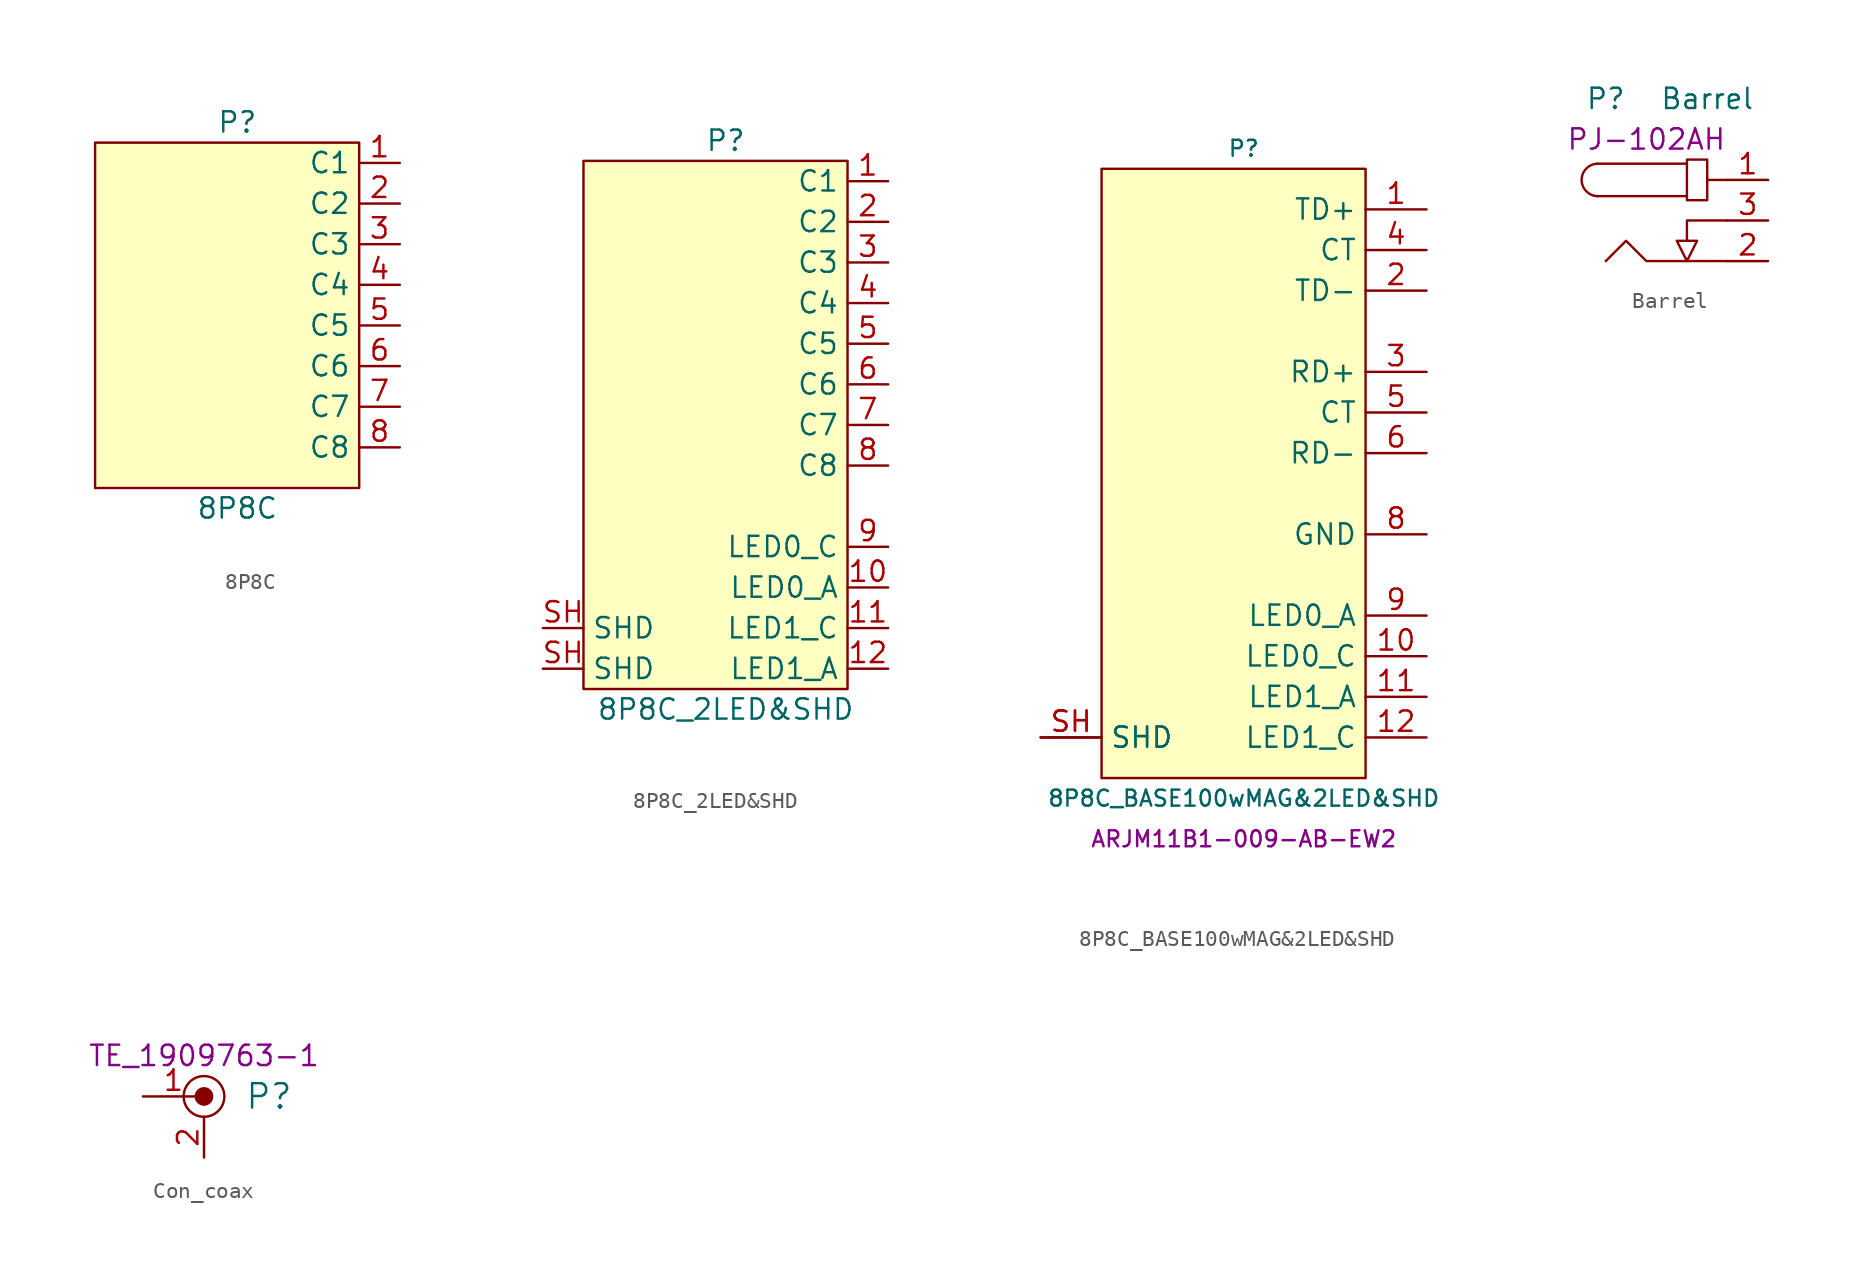
<source format=kicad_sym>
(kicad_symbol_lib
  (version 20231120)
  (generator "kicad_symbol_editor")
  (generator_version "8.0")
  (symbol "8P8C"
    (property "Reference" "P"
      (at 0 13.97 0)
      (effects (font (size 1.27 1.27))))
    (property "Value" "8P8C"
      (at 0 -10.16 0)
      (effects (font (size 1.27 1.27))))
    (symbol "8P8C_0_1"
      (rectangle (start 7.62 12.7) (end -8.89 -8.89) (stroke (width 0) (type default)) (fill (type background))))
    (symbol "8P8C_1_1"
      (pin passive line (at 10.16 11.43 180) (length 2.54) (name "C1" (effects (font (size 1.27 1.27)))) (number "1" (effects (font (size 1.27 1.27)))))
      (pin passive line (at 10.16 8.89 180) (length 2.54) (name "C2" (effects (font (size 1.27 1.27)))) (number "2" (effects (font (size 1.27 1.27)))))
      (pin passive line (at 10.16 6.35 180) (length 2.54) (name "C3" (effects (font (size 1.27 1.27)))) (number "3" (effects (font (size 1.27 1.27)))))
      (pin passive line (at 10.16 3.81 180) (length 2.54) (name "C4" (effects (font (size 1.27 1.27)))) (number "4" (effects (font (size 1.27 1.27)))))
      (pin passive line (at 10.16 1.27 180) (length 2.54) (name "C5" (effects (font (size 1.27 1.27)))) (number "5" (effects (font (size 1.27 1.27)))))
      (pin passive line (at 10.16 -1.27 180) (length 2.54) (name "C6" (effects (font (size 1.27 1.27)))) (number "6" (effects (font (size 1.27 1.27)))))
      (pin passive line (at 10.16 -3.81 180) (length 2.54) (name "C7" (effects (font (size 1.27 1.27)))) (number "7" (effects (font (size 1.27 1.27)))))
      (pin passive line (at 10.16 -6.35 180) (length 2.54) (name "C8" (effects (font (size 1.27 1.27)))) (number "8" (effects (font (size 1.27 1.27)))))))
  (symbol "8P8C_2LED&SHD"
    (property "Reference" "P"
      (at 0 13.97 0)
      (effects (font (size 1.27 1.27))))
    (property "Value" "8P8C_2LED&SHD"
      (at 0 -21.59 0)
      (effects (font (size 1.27 1.27))))
    (symbol "8P8C_2LED&SHD_0_1"
      (rectangle (start 7.62 12.7) (end -8.89 -20.32) (stroke (width 0) (type default)) (fill (type background))))
    (symbol "8P8C_2LED&SHD_1_1"
      (pin passive line (at 10.16 11.43 180) (length 2.54) (name "C1" (effects (font (size 1.27 1.27)))) (number "1" (effects (font (size 1.27 1.27)))))
      (pin passive line (at 10.16 -13.97 180) (length 2.54) (name "LED0_A" (effects (font (size 1.27 1.27)))) (number "10" (effects (font (size 1.27 1.27)))))
      (pin passive line (at 10.16 -16.51 180) (length 2.54) (name "LED1_C" (effects (font (size 1.27 1.27)))) (number "11" (effects (font (size 1.27 1.27)))))
      (pin passive line (at 10.16 -19.05 180) (length 2.54) (name "LED1_A" (effects (font (size 1.27 1.27)))) (number "12" (effects (font (size 1.27 1.27)))))
      (pin passive line (at 10.16 8.89 180) (length 2.54) (name "C2" (effects (font (size 1.27 1.27)))) (number "2" (effects (font (size 1.27 1.27)))))
      (pin passive line (at 10.16 6.35 180) (length 2.54) (name "C3" (effects (font (size 1.27 1.27)))) (number "3" (effects (font (size 1.27 1.27)))))
      (pin passive line (at 10.16 3.81 180) (length 2.54) (name "C4" (effects (font (size 1.27 1.27)))) (number "4" (effects (font (size 1.27 1.27)))))
      (pin passive line (at 10.16 1.27 180) (length 2.54) (name "C5" (effects (font (size 1.27 1.27)))) (number "5" (effects (font (size 1.27 1.27)))))
      (pin passive line (at 10.16 -1.27 180) (length 2.54) (name "C6" (effects (font (size 1.27 1.27)))) (number "6" (effects (font (size 1.27 1.27)))))
      (pin passive line (at 10.16 -3.81 180) (length 2.54) (name "C7" (effects (font (size 1.27 1.27)))) (number "7" (effects (font (size 1.27 1.27)))))
      (pin passive line (at 10.16 -6.35 180) (length 2.54) (name "C8" (effects (font (size 1.27 1.27)))) (number "8" (effects (font (size 1.27 1.27)))))
      (pin passive line (at 10.16 -11.43 180) (length 2.54) (name "LED0_C" (effects (font (size 1.27 1.27)))) (number "9" (effects (font (size 1.27 1.27)))))
      (pin passive line (at -11.43 -19.05 0) (length 2.54) (name "SHD" (effects (font (size 1.27 1.27)))) (number "SH" (effects (font (size 1.27 1.27)))))
      (pin passive line (at -11.43 -16.51 0) (length 2.54) (name "SHD" (effects (font (size 1.27 1.27)))) (number "SH" (effects (font (size 1.27 1.27)))))))
  (symbol "8P8C_BASE100wMAG&2LED&SHD"
    (property "Reference" "P"
      (at 0 19.05 0)
      (effects (font (size 1 1))))
    (property "Value" "8P8C_BASE100wMAG&2LED&SHD"
      (at 0 -21.59 0)
      (effects (font (size 1 1))))
    (property "MPN" "ARJM11B1-009-AB-EW2"
      (at 0 -24.13 0)
      (effects (font (size 1 1))))
    (symbol "8P8C_BASE100wMAG&2LED&SHD_0_1"
      (rectangle (start -8.89 17.78) (end 7.62 -20.32) (stroke (width 0) (type default)) (fill (type background))))
    (symbol "8P8C_BASE100wMAG&2LED&SHD_1_1"
      (pin input line (at 11.43 15.24 180) (length 3.81) (name "TD+" (effects (font (size 1.27 1.27)))) (number "1" (effects (font (size 1.27 1.27)))))
      (pin passive line (at 11.43 -12.7 180) (length 3.81) (name "LED0_C" (effects (font (size 1.27 1.27)))) (number "10" (effects (font (size 1.27 1.27)))))
      (pin passive line (at 11.43 -15.24 180) (length 3.81) (name "LED1_A" (effects (font (size 1.27 1.27)))) (number "11" (effects (font (size 1.27 1.27)))))
      (pin passive line (at 11.43 -17.78 180) (length 3.81) (name "LED1_C" (effects (font (size 1.27 1.27)))) (number "12" (effects (font (size 1.27 1.27)))))
      (pin input line (at 11.43 10.16 180) (length 3.81) (name "TD-" (effects (font (size 1.27 1.27)))) (number "2" (effects (font (size 1.27 1.27)))))
      (pin output line (at 11.43 5.08 180) (length 3.81) (name "RD+" (effects (font (size 1.27 1.27)))) (number "3" (effects (font (size 1.27 1.27)))))
      (pin passive line (at 11.43 12.7 180) (length 3.81) (name "CT" (effects (font (size 1.27 1.27)))) (number "4" (effects (font (size 1.27 1.27)))))
      (pin passive line (at 11.43 2.54 180) (length 3.81) (name "CT" (effects (font (size 1.27 1.27)))) (number "5" (effects (font (size 1.27 1.27)))))
      (pin output line (at 11.43 0 180) (length 3.81) (name "RD-" (effects (font (size 1.27 1.27)))) (number "6" (effects (font (size 1.27 1.27)))))
      (pin power_in line (at 11.43 -5.08 180) (length 3.81) (name "GND" (effects (font (size 1.27 1.27)))) (number "8" (effects (font (size 1.27 1.27)))))
      (pin passive line (at 11.43 -10.16 180) (length 3.81) (name "LED0_A" (effects (font (size 1.27 1.27)))) (number "9" (effects (font (size 1.27 1.27)))))
      (pin passive line (at -12.7 -17.78 0) (length 3.81) (name "SHD" (effects (font (size 1.27 1.27)))) (number "SH" (effects (font (size 1.27 1.27)))))
      (pin passive line (at -12.7 -17.78 0) (length 3.81) (name "SHD" (effects (font (size 1.27 1.27)))) (number "SH" (effects (font (size 1.27 1.27)))))))
  (symbol "Barrel"
    (pin_names
      (offset 1.016))
    (property "Reference" "P"
      (at -2.54 5.08 0)
      (effects (font (size 1.27 1.27))))
    (property "Value" "Barrel"
      (at 3.81 5.08 0)
      (effects (font (size 1.27 1.27))))
    (property "MPN" "PJ-102AH"
      (at 0 2.54 0)
      (effects (font (size 1.27 1.27))))
    (symbol "Barrel_0_1"
      (arc (start -3.048 1.016) (mid -4.0498 0) (end -3.048 -1.016) (stroke (width 0.15) (type default)) (fill (type none)))
      (polyline (pts (xy 2.54 -1.016) (xy -3.048 -1.016)) (stroke (width 0.15) (type default)) (fill (type none)))
      (polyline (pts (xy 2.54 1.016) (xy -3.048 1.016)) (stroke (width 0.15) (type default)) (fill (type none)))
      (polyline (pts (xy 5.08 -5.08) (xy 0 -5.08) (xy -1.27 -3.81) (xy -2.54 -5.08)) (stroke (width 0.15) (type default)) (fill (type none)))
      (polyline (pts (xy 5.08 -2.54) (xy 2.54 -2.54) (xy 2.54 -3.81) (xy 1.905 -3.81) (xy 2.54 -5.08) (xy 3.175 -3.81) (xy 2.54 -3.81)) (stroke (width 0.15) (type default)) (fill (type none)))
      (polyline (pts (xy 5.08 0) (xy 3.81 0) (xy 3.81 1.27) (xy 2.54 1.27) (xy 2.54 -1.27) (xy 3.81 -1.27) (xy 3.81 0)) (stroke (width 0.15) (type default)) (fill (type none))))
    (symbol "Barrel_1_1"
      (pin passive line (at 7.62 0 180) (length 2.54) (name "" (effects (font (size 1.27 1.27)))) (number "1" (effects (font (size 1.27 1.27)))))
      (pin passive line (at 7.62 -5.08 180) (length 2.54) (name "" (effects (font (size 1.27 1.27)))) (number "2" (effects (font (size 1.27 1.27)))))
      (pin passive line (at 7.62 -2.54 180) (length 2.54) (name "" (effects (font (size 1.27 1.27)))) (number "3" (effects (font (size 1.27 1.27)))))))
  (symbol "Con_coax"
    (pin_names hide)
    (property "Reference" "P"
      (at 2.54 0 0)
      (effects (font (size 1.524 1.524)) (justify left)))
    (property "MPN" "TE_1909763-1"
      (at 0 2.54 0)
      (effects (font (size 1.27 1.27))))
    (symbol "Con_coax_0_1"
      (circle (center 0 0) (radius 0.508) (stroke (width 0) (type default)) (fill (type outline)))
      (circle (center 0 0) (radius 1.27) (stroke (width 0) (type default)) (fill (type none))))
    (symbol "Con_coax_1_1"
      (pin passive line (at -3.81 0 0) (length 3.81) (name "1" (effects (font (size 1.27 1.27)))) (number "1" (effects (font (size 1.27 1.27)))))
      (pin passive line (at 0 -3.81 90) (length 2.54) (name "2" (effects (font (size 1.27 1.27)))) (number "2" (effects (font (size 1.27 1.27))))))))
</source>
